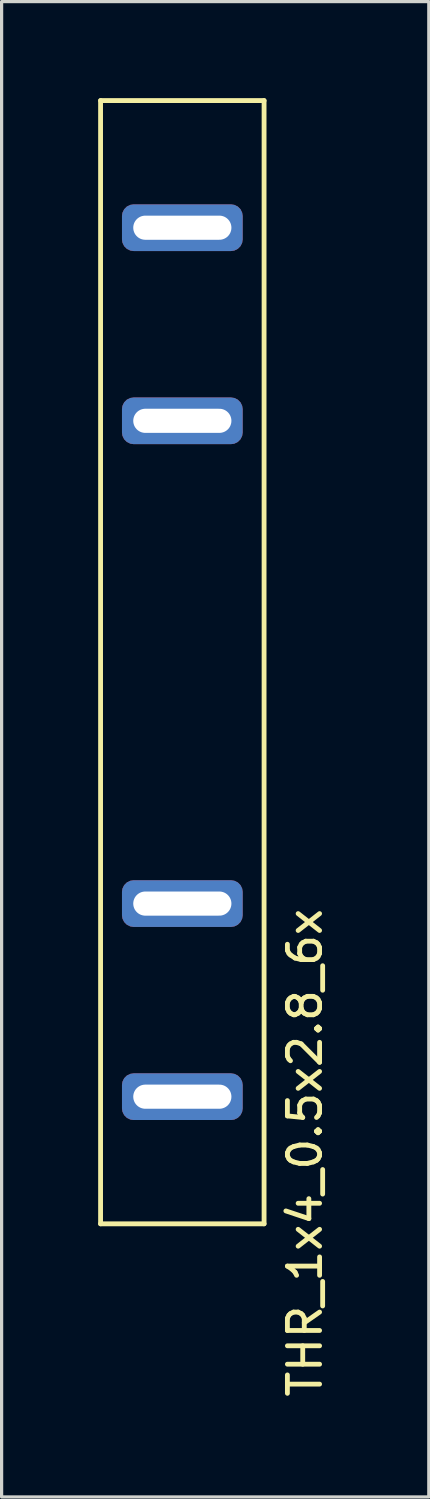
<source format=kicad_pcb>
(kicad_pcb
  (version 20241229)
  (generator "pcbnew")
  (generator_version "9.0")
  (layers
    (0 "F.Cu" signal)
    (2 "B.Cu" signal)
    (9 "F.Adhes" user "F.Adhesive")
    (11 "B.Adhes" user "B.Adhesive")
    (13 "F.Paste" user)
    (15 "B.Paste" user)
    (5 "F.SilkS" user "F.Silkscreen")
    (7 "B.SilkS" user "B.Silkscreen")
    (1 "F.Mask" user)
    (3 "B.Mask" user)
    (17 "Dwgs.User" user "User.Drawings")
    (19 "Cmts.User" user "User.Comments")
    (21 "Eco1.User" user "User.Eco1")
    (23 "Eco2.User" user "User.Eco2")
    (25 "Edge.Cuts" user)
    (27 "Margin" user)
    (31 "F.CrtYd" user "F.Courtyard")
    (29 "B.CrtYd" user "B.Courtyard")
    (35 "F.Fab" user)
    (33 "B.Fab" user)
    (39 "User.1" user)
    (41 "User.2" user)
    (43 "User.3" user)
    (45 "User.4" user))
  (footprint "THR_1x4_0.5x2.8_6x"
    (layer "F.Cu")
    (at 2.615 31.025)
    (property "Reference" "THR_1x4_0.5x2.8_6x" (at 3.81 1.74 90) (layer "F.SilkS") (effects (font (size 1 1) (thickness 0.15))))
    (attr through_hole)
    (fp_line (start -2.54 -30.95) (end -2.54 3.95) (stroke (width 0.15) (type solid)) (layer "F.SilkS"))
    (fp_line (start -2.54 3.95) (end 2.54 3.95) (stroke (width 0.15) (type solid)) (layer "F.SilkS"))
    (fp_line (start 2.54 -30.95) (end -2.54 -30.95) (stroke (width 0.15) (type solid)) (layer "F.SilkS"))
    (fp_line (start 2.54 3.95) (end 2.54 -30.95) (stroke (width 0.15) (type solid)) (layer "F.SilkS"))
    (pad "4" thru_hole roundrect (at 0 0) (size 3.75 1.45) (drill oval 3.05 0.75) (layers "*.Cu" "*.Mask") (roundrect_rratio 0.25))
    (pad "5" thru_hole roundrect (at 0 -6) (size 3.75 1.45) (drill oval 3.05 0.75) (layers "*.Cu" "*.Mask") (roundrect_rratio 0.25))
    (pad "6" thru_hole roundrect (at 0 -27) (size 3.75 1.45) (drill oval 3.05 0.75) (layers "*.Cu" "*.Mask") (roundrect_rratio 0.25))
    (pad "7" thru_hole roundrect (at 0 -21) (size 3.75 1.45) (drill oval 3.05 0.75) (layers "*.Cu" "*.Mask") (roundrect_rratio 0.25)))
  (gr_rect
    (start -3 -3)
    (end 10.273 43.461)
    (stroke (width 0.1) (type default))
    (fill no)
    (layer "Edge.Cuts")))
</source>
